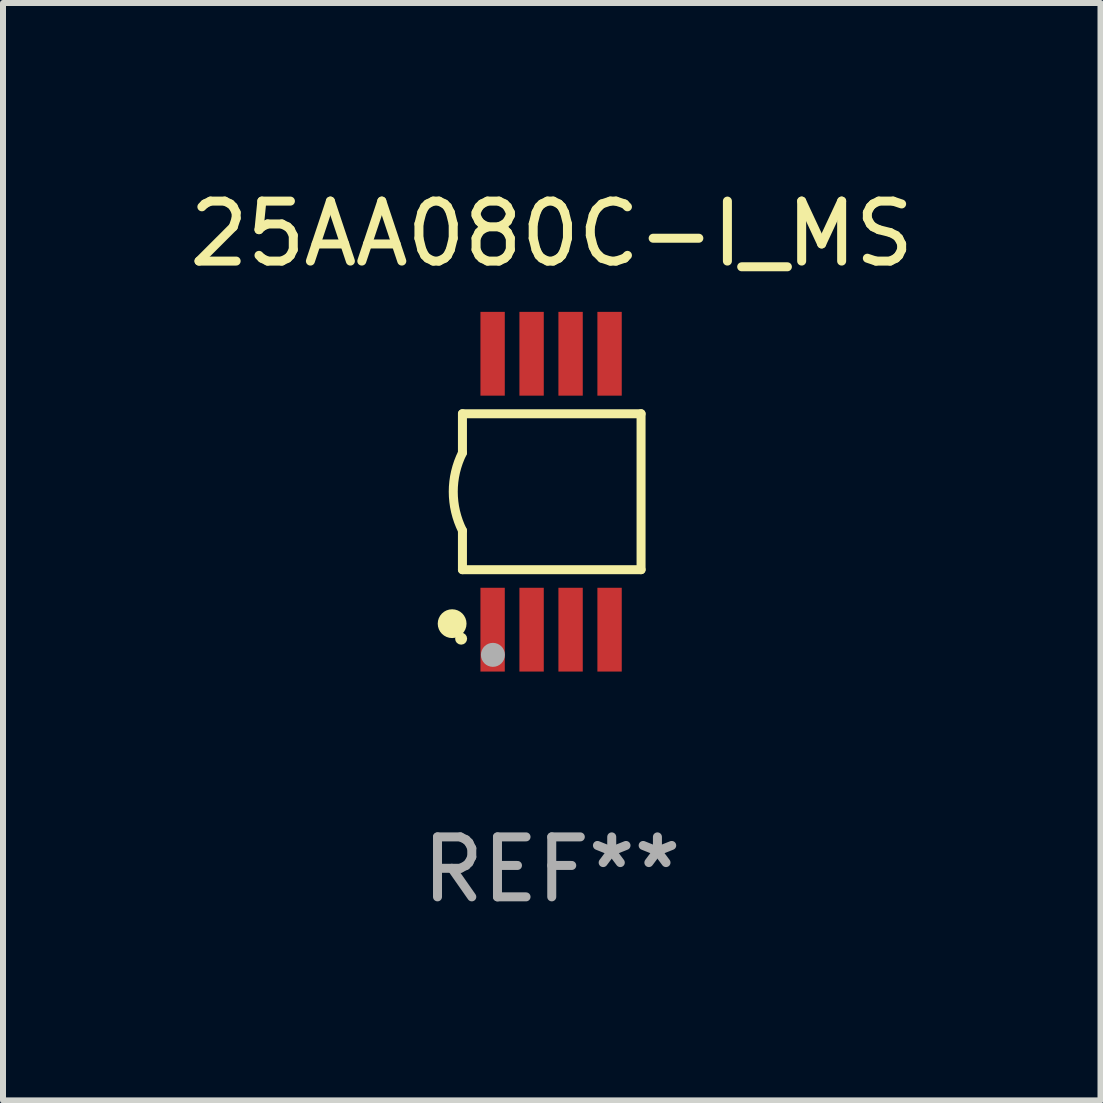
<source format=kicad_pcb>
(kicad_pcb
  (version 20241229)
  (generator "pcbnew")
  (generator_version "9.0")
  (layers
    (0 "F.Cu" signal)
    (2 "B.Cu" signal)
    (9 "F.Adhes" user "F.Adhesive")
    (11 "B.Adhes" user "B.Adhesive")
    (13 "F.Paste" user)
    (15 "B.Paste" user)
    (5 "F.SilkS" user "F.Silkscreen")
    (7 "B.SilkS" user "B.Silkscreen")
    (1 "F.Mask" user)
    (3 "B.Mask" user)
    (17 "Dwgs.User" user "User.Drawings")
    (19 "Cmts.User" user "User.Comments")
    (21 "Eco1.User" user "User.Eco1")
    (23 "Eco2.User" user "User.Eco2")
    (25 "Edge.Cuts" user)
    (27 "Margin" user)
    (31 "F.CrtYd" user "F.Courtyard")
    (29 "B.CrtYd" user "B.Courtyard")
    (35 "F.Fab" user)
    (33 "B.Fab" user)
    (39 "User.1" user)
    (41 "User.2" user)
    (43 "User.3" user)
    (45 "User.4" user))
  (footprint "25AA080C-I_MS"
    (layer "F.Cu")
    (at 6.149 5.148)
    (property "Reference" "25AA080C-I_MS" (at 0 -4.3 0) (layer "F.SilkS") (effects (font (size 1 1) (thickness 0.15))))
    (attr through_hole)
    (fp_line (start -1.489 -1.3) (end -1.489 -0.648) (stroke (width 0.15) (type solid)) (layer "F.SilkS"))
    (fp_line (start -1.489 0.648) (end -1.489 1.3) (stroke (width 0.15) (type solid)) (layer "F.SilkS"))
    (fp_line (start -1.489 1.3) (end 1.489 1.3) (stroke (width 0.15) (type solid)) (layer "F.SilkS"))
    (fp_line (start 1.489 -1.3) (end -1.489 -1.3) (stroke (width 0.15) (type solid)) (layer "F.SilkS"))
    (fp_line (start 1.489 1.3) (end 1.489 -1.3) (stroke (width 0.15) (type solid)) (layer "F.SilkS"))
    (fp_arc (start -1.489205 0.647702) (mid -1.642107 0) (end -1.489205 -0.647701) (stroke (width 0.150013) (type solid)) (layer "F.SilkS"))
    (fp_circle (center -1.661 2.2) (end -1.541 2.2) (stroke (width 0.24) (type solid)) (fill no) (layer "F.SilkS"))
    (fp_circle (center -1.511 2.45) (end -1.461 2.45) (stroke (width 0.1) (type solid)) (fill no) (layer "F.SilkS"))
    (fp_circle (center -0.981 2.72) (end -0.881 2.72) (stroke (width 0.2) (type solid)) (fill no) (layer "F.Fab"))
    (fp_text user "REF**" (at 0 6.3 0) (layer "F.Fab") (effects (font (size 1 1) (thickness 0.15))))
    (pad "1" smd rect (at -0.986 2.3) (size 0.406 1.397) (layers "F.Cu" "F.Mask" "F.Paste"))
    (pad "2" smd rect (at -0.336 2.3) (size 0.406 1.397) (layers "F.Cu" "F.Mask" "F.Paste"))
    (pad "3" smd rect (at 0.314 2.3) (size 0.406 1.397) (layers "F.Cu" "F.Mask" "F.Paste"))
    (pad "4" smd rect (at 0.964 2.3) (size 0.406 1.397) (layers "F.Cu" "F.Mask" "F.Paste"))
    (pad "5" smd rect (at 0.964 -2.3) (size 0.406 1.397) (layers "F.Cu" "F.Mask" "F.Paste"))
    (pad "6" smd rect (at 0.314 -2.3) (size 0.406 1.397) (layers "F.Cu" "F.Mask" "F.Paste"))
    (pad "7" smd rect (at -0.336 -2.3) (size 0.406 1.397) (layers "F.Cu" "F.Mask" "F.Paste"))
    (pad "8" smd rect (at -0.986 -2.3) (size 0.406 1.397) (layers "F.Cu" "F.Mask" "F.Paste")))
  (gr_rect
    (start -3 -3)
    (end 15.298 15.296)
    (stroke (width 0.1) (type default))
    (fill no)
    (layer "Edge.Cuts")))
</source>
